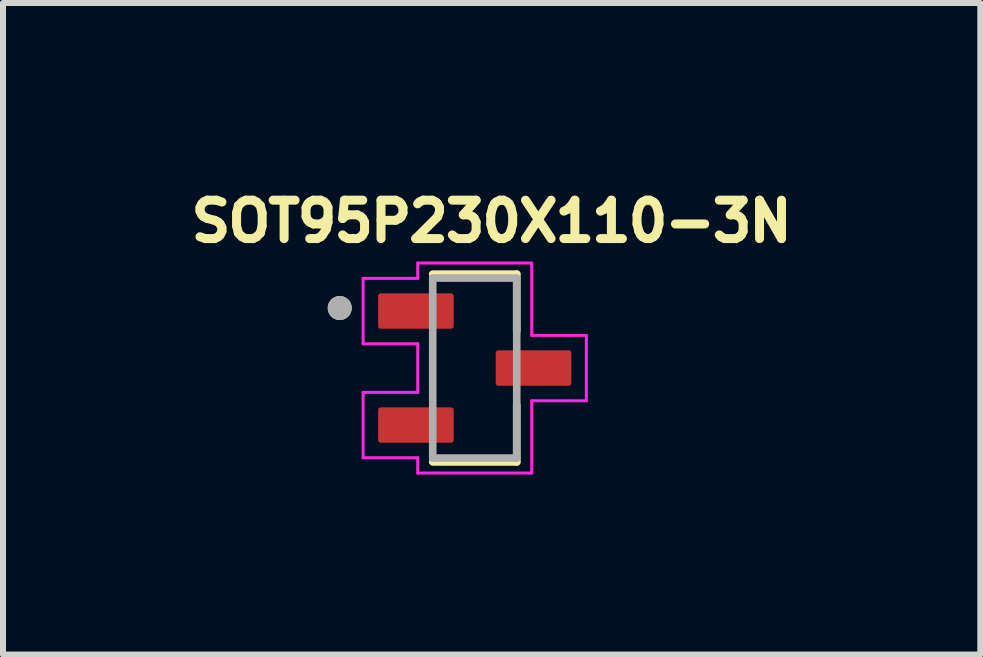
<source format=kicad_pcb>
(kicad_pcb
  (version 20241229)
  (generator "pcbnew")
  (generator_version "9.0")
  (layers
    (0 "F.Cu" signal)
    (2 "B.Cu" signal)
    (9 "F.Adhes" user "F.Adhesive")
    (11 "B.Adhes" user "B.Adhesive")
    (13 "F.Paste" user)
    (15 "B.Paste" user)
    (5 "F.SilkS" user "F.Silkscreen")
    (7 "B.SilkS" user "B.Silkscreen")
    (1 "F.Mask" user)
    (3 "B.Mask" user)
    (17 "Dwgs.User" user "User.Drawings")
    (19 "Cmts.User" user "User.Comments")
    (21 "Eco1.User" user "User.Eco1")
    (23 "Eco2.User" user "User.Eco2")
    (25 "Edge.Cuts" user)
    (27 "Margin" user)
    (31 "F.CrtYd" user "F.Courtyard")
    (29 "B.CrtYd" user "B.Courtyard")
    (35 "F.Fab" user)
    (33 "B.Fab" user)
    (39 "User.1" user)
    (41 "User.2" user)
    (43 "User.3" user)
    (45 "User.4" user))
  (footprint "SOT95P230X110-3N"
    (layer "F.Cu")
    (at 4.862 3.084)
    (property "Reference" "SOT95P230X110-3N" (at 0.282 -2.446 0) (layer "F.SilkS") (effects (font (size 0.64 0.64) (thickness 0.15))))
    (attr through_hole)
    (fp_line (start -0.7 1.565) (end 0.7 1.565) (stroke (width 0.127) (type solid)) (layer "F.SilkS"))
    (fp_line (start 0.7 -1.565) (end -0.7 -1.565) (stroke (width 0.127) (type solid)) (layer "F.SilkS"))
    (fp_line (start 0.7 -0.615) (end 0.7 -1.565) (stroke (width 0.127) (type solid)) (layer "F.SilkS"))
    (fp_line (start 0.7 1.565) (end 0.7 0.615) (stroke (width 0.127) (type solid)) (layer "F.SilkS"))
    (fp_circle (center -2.25 -1) (end -2.15 -1) (stroke (width 0.2) (type solid)) (fill no) (layer "F.SilkS"))
    (fp_line (start -1.86 -1.495) (end -1.86 -0.405) (stroke (width 0.05) (type solid)) (layer "F.CrtYd"))
    (fp_line (start -1.86 -0.405) (end -0.95 -0.405) (stroke (width 0.05) (type solid)) (layer "F.CrtYd"))
    (fp_line (start -1.86 0.405) (end -1.86 1.495) (stroke (width 0.05) (type solid)) (layer "F.CrtYd"))
    (fp_line (start -1.86 1.495) (end -0.95 1.495) (stroke (width 0.05) (type solid)) (layer "F.CrtYd"))
    (fp_line (start -0.95 -1.75) (end -0.95 -1.495) (stroke (width 0.05) (type solid)) (layer "F.CrtYd"))
    (fp_line (start -0.95 -1.495) (end -1.86 -1.495) (stroke (width 0.05) (type solid)) (layer "F.CrtYd"))
    (fp_line (start -0.95 -0.405) (end -0.95 0.405) (stroke (width 0.05) (type solid)) (layer "F.CrtYd"))
    (fp_line (start -0.95 0.405) (end -1.86 0.405) (stroke (width 0.05) (type solid)) (layer "F.CrtYd"))
    (fp_line (start -0.95 1.495) (end -0.95 1.75) (stroke (width 0.05) (type solid)) (layer "F.CrtYd"))
    (fp_line (start -0.95 1.75) (end 0.95 1.75) (stroke (width 0.05) (type solid)) (layer "F.CrtYd"))
    (fp_line (start 0.95 -1.75) (end -0.95 -1.75) (stroke (width 0.05) (type solid)) (layer "F.CrtYd"))
    (fp_line (start 0.95 -0.545) (end 0.95 -1.75) (stroke (width 0.05) (type solid)) (layer "F.CrtYd"))
    (fp_line (start 0.95 0.545) (end 1.86 0.545) (stroke (width 0.05) (type solid)) (layer "F.CrtYd"))
    (fp_line (start 0.95 1.75) (end 0.95 0.545) (stroke (width 0.05) (type solid)) (layer "F.CrtYd"))
    (fp_line (start 1.86 -0.545) (end 0.95 -0.545) (stroke (width 0.05) (type solid)) (layer "F.CrtYd"))
    (fp_line (start 1.86 0.545) (end 1.86 -0.545) (stroke (width 0.05) (type solid)) (layer "F.CrtYd"))
    (fp_line (start -0.7 -1.5) (end -0.7 1.5) (stroke (width 0.127) (type solid)) (layer "F.Fab"))
    (fp_line (start -0.7 1.5) (end 0.7 1.5) (stroke (width 0.127) (type solid)) (layer "F.Fab"))
    (fp_line (start 0.7 -1.5) (end -0.7 -1.5) (stroke (width 0.127) (type solid)) (layer "F.Fab"))
    (fp_line (start 0.7 1.5) (end 0.7 -1.5) (stroke (width 0.127) (type solid)) (layer "F.Fab"))
    (fp_circle (center -2.25 -1) (end -2.15 -1) (stroke (width 0.2) (type solid)) (fill no) (layer "F.Fab"))
    (pad "1" smd roundrect (at -0.98 -0.95) (size 1.26 0.59) (layers "F.Cu" "F.Mask" "F.Paste") (roundrect_rratio 0.07))
    (pad "2" smd roundrect (at -0.98 0.95) (size 1.26 0.59) (layers "F.Cu" "F.Mask" "F.Paste") (roundrect_rratio 0.07))
    (pad "3" smd roundrect (at 0.98 0) (size 1.26 0.59) (layers "F.Cu" "F.Mask" "F.Paste") (roundrect_rratio 0.07)))
  (gr_rect
    (start -3 -3)
    (end 13.288 7.859)
    (stroke (width 0.1) (type default))
    (fill no)
    (layer "Edge.Cuts")))
</source>
